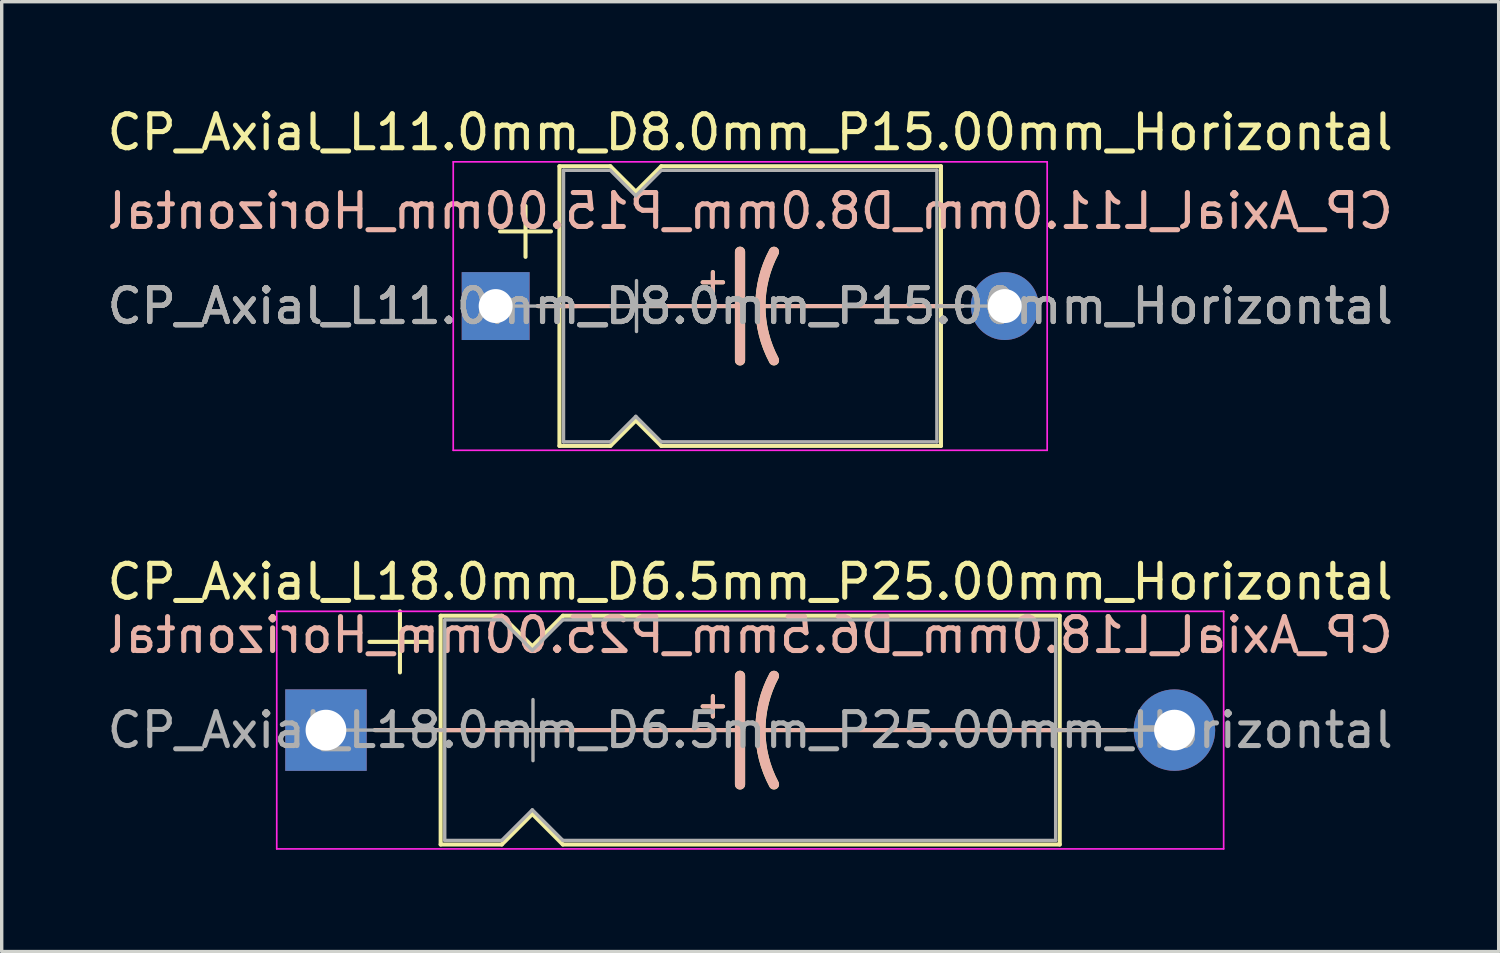
<source format=kicad_pcb>
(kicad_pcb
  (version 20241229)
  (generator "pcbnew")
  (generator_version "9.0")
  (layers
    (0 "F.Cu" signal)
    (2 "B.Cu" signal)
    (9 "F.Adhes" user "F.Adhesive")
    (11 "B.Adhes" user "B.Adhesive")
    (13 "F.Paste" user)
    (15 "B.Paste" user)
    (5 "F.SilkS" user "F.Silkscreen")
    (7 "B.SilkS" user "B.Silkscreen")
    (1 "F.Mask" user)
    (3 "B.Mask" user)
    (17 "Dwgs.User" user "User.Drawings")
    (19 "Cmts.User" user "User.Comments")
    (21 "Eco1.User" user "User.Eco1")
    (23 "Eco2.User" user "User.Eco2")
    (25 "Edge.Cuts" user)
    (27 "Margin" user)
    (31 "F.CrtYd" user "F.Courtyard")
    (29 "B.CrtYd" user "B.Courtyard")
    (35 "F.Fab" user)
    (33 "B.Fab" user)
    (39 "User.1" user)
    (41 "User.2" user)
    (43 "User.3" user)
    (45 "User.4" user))
  (footprint "CP_Axial_L11.0mm_D8.0mm_P15.00mm_Horizontal"
    (layer "F.Cu")
    (at 11.554 5.968)
    (property "Reference" "CP_Axial_L11.0mm_D8.0mm_P15.00mm_Horizontal" (at 7.5 -5.12 0) (layer "F.SilkS") (effects (font (size 1 1) (thickness 0.15))))
    (fp_line (start 0.13 -2.2) (end 1.63 -2.2) (stroke (width 0.12) (type solid)) (layer "F.SilkS"))
    (fp_line (start 0.88 -2.95) (end 0.88 -1.45) (stroke (width 0.12) (type solid)) (layer "F.SilkS"))
    (fp_line (start 1.24 0) (end 1.88 0) (stroke (width 0.12) (type solid)) (layer "F.SilkS"))
    (fp_line (start 1.88 -4.12) (end 1.88 4.12) (stroke (width 0.12) (type solid)) (layer "F.SilkS"))
    (fp_line (start 1.88 -4.12) (end 3.38 -4.12) (stroke (width 0.12) (type solid)) (layer "F.SilkS"))
    (fp_line (start 1.88 0) (end 7.2 0) (stroke (width 0.12) (type solid)) (layer "F.SilkS"))
    (fp_line (start 1.88 4.12) (end 3.38 4.12) (stroke (width 0.12) (type solid)) (layer "F.SilkS"))
    (fp_line (start 3.38 -4.12) (end 4.13 -3.37) (stroke (width 0.12) (type solid)) (layer "F.SilkS"))
    (fp_line (start 3.38 4.12) (end 4.13 3.37) (stroke (width 0.12) (type solid)) (layer "F.SilkS"))
    (fp_line (start 4.13 -3.37) (end 4.88 -4.12) (stroke (width 0.12) (type solid)) (layer "F.SilkS"))
    (fp_line (start 4.13 3.37) (end 4.88 4.12) (stroke (width 0.12) (type solid)) (layer "F.SilkS"))
    (fp_line (start 4.88 -4.12) (end 13.12 -4.12) (stroke (width 0.12) (type solid)) (layer "F.SilkS"))
    (fp_line (start 4.88 4.12) (end 13.12 4.12) (stroke (width 0.12) (type solid)) (layer "F.SilkS"))
    (fp_line (start 6.1 -0.7) (end 6.7 -0.7) (stroke (width 0.12) (type solid)) (layer "F.SilkS"))
    (fp_line (start 6.4 -1) (end 6.4 -0.4) (stroke (width 0.12) (type solid)) (layer "F.SilkS"))
    (fp_line (start 7.2 0) (end 7.2 -1.6) (stroke (width 0.3) (type solid)) (layer "F.SilkS"))
    (fp_line (start 7.2 0) (end 7.2 1.6) (stroke (width 0.3) (type solid)) (layer "F.SilkS"))
    (fp_line (start 13.12 -4.12) (end 13.12 4.12) (stroke (width 0.12) (type solid)) (layer "F.SilkS"))
    (fp_line (start 13.12 0) (end 7.8 0) (stroke (width 0.12) (type solid)) (layer "F.SilkS"))
    (fp_line (start 13.76 0) (end 13.12 0) (stroke (width 0.12) (type solid)) (layer "F.SilkS"))
    (fp_arc (start 7.8 0) (mid 7.901652 -0.822725) (end 8.2 -1.596157) (stroke (width 0.3) (type solid)) (layer "F.SilkS"))
    (fp_arc (start 8.2 1.6) (mid 7.900523 0.82487) (end 7.8 0) (stroke (width 0.3) (type solid)) (layer "F.SilkS"))
    (fp_line (start 1.25 0) (end 2.38 0) (stroke (width 0.12) (type solid)) (layer "B.SilkS"))
    (fp_line (start 1.88 0) (end 7.2 0) (stroke (width 0.12) (type solid)) (layer "B.SilkS"))
    (fp_line (start 6.1 -0.7) (end 6.7 -0.7) (stroke (width 0.12) (type solid)) (layer "B.SilkS"))
    (fp_line (start 6.4 -0.4) (end 6.4 -1) (stroke (width 0.12) (type solid)) (layer "B.SilkS"))
    (fp_line (start 7.2 0) (end 7.2 -1.6) (stroke (width 0.3) (type solid)) (layer "B.SilkS"))
    (fp_line (start 7.2 0) (end 7.2 1.6) (stroke (width 0.3) (type solid)) (layer "B.SilkS"))
    (fp_line (start 13.12 0) (end 7.8 0) (stroke (width 0.12) (type solid)) (layer "B.SilkS"))
    (fp_line (start 13.75 0) (end 12.62 0) (stroke (width 0.12) (type solid)) (layer "B.SilkS"))
    (fp_arc (start 7.8 0) (mid 7.900512 -0.824873) (end 8.2 -1.6) (stroke (width 0.3) (type solid)) (layer "B.SilkS"))
    (fp_arc (start 8.2 1.596157) (mid 7.901652 0.822725) (end 7.8 0) (stroke (width 0.3) (type solid)) (layer "B.SilkS"))
    (fp_line (start -1.25 -4.25) (end -1.25 4.25) (stroke (width 0.05) (type solid)) (layer "F.CrtYd"))
    (fp_line (start -1.25 4.25) (end 16.25 4.25) (stroke (width 0.05) (type solid)) (layer "F.CrtYd"))
    (fp_line (start 16.25 -4.25) (end -1.25 -4.25) (stroke (width 0.05) (type solid)) (layer "F.CrtYd"))
    (fp_line (start 16.25 4.25) (end 16.25 -4.25) (stroke (width 0.05) (type solid)) (layer "F.CrtYd"))
    (fp_line (start 0 0) (end 2 0) (stroke (width 0.1) (type solid)) (layer "F.Fab"))
    (fp_line (start 2 -4) (end 2 4) (stroke (width 0.1) (type solid)) (layer "F.Fab"))
    (fp_line (start 2 -4) (end 3.38 -4) (stroke (width 0.1) (type solid)) (layer "F.Fab"))
    (fp_line (start 2 4) (end 3.38 4) (stroke (width 0.1) (type solid)) (layer "F.Fab"))
    (fp_line (start 3.38 -4) (end 4.13 -3.25) (stroke (width 0.1) (type solid)) (layer "F.Fab"))
    (fp_line (start 3.38 4) (end 4.13 3.25) (stroke (width 0.1) (type solid)) (layer "F.Fab"))
    (fp_line (start 3.4 0) (end 4.9 0) (stroke (width 0.1) (type solid)) (layer "F.Fab"))
    (fp_line (start 4.13 -3.25) (end 4.88 -4) (stroke (width 0.1) (type solid)) (layer "F.Fab"))
    (fp_line (start 4.13 3.25) (end 4.88 4) (stroke (width 0.1) (type solid)) (layer "F.Fab"))
    (fp_line (start 4.15 -0.75) (end 4.15 0.75) (stroke (width 0.1) (type solid)) (layer "F.Fab"))
    (fp_line (start 4.88 -4) (end 13 -4) (stroke (width 0.1) (type solid)) (layer "F.Fab"))
    (fp_line (start 4.88 4) (end 13 4) (stroke (width 0.1) (type solid)) (layer "F.Fab"))
    (fp_line (start 13 -4) (end 13 4) (stroke (width 0.1) (type solid)) (layer "F.Fab"))
    (fp_line (start 15 0) (end 13 0) (stroke (width 0.1) (type solid)) (layer "F.Fab"))
    (fp_text user "${REFERENCE}" (at 7.5 -2.8 0) (layer "B.SilkS") (effects (font (size 1 1) (thickness 0.15)) (justify mirror)))
    (fp_text user "${REFERENCE}" (at 7.5 0 0) (layer "F.Fab") (effects (font (size 1 1) (thickness 0.15))))
    (fp_text user "${REFERENCE}" (at 7.5 0 0) (layer "F.Fab") (effects (font (size 1 1) (thickness 0.15))))
    (fp_text user "${REFERENCE}" (at 7.5 0 0) (layer "F.Fab") (effects (font (size 1 1) (thickness 0.15))))
    (pad "1" thru_hole rect (at 0 0) (size 2 2) (drill 1) (layers "*.Cu" "*.Mask"))
    (pad "2" thru_hole oval (at 15 0) (size 2 2) (drill 1) (layers "*.Cu" "*.Mask")))
  (footprint "CP_Axial_L18.0mm_D6.5mm_P25.00mm_Horizontal"
    (layer "F.Cu")
    (at 6.554 18.462)
    (property "Reference" "CP_Axial_L18.0mm_D6.5mm_P25.00mm_Horizontal" (at 12.5 -4.37 0) (layer "F.SilkS") (effects (font (size 1 1) (thickness 0.15))))
    (fp_line (start 1.28 -2.6) (end 3.08 -2.6) (stroke (width 0.12) (type solid)) (layer "F.SilkS"))
    (fp_line (start 1.44 0) (end 3.38 0) (stroke (width 0.12) (type solid)) (layer "F.SilkS"))
    (fp_line (start 2.18 -3.5) (end 2.18 -1.7) (stroke (width 0.12) (type solid)) (layer "F.SilkS"))
    (fp_line (start 3.38 -3.37) (end 3.38 3.37) (stroke (width 0.12) (type solid)) (layer "F.SilkS"))
    (fp_line (start 3.38 -3.37) (end 5.18 -3.37) (stroke (width 0.12) (type solid)) (layer "F.SilkS"))
    (fp_line (start 3.38 0) (end 12.2 0) (stroke (width 0.12) (type solid)) (layer "F.SilkS"))
    (fp_line (start 3.38 3.37) (end 5.18 3.37) (stroke (width 0.12) (type solid)) (layer "F.SilkS"))
    (fp_line (start 5.18 -3.37) (end 6.08 -2.47) (stroke (width 0.12) (type solid)) (layer "F.SilkS"))
    (fp_line (start 5.18 3.37) (end 6.08 2.47) (stroke (width 0.12) (type solid)) (layer "F.SilkS"))
    (fp_line (start 6.08 -2.47) (end 6.98 -3.37) (stroke (width 0.12) (type solid)) (layer "F.SilkS"))
    (fp_line (start 6.08 2.47) (end 6.98 3.37) (stroke (width 0.12) (type solid)) (layer "F.SilkS"))
    (fp_line (start 6.98 -3.37) (end 21.62 -3.37) (stroke (width 0.12) (type solid)) (layer "F.SilkS"))
    (fp_line (start 6.98 3.37) (end 21.62 3.37) (stroke (width 0.12) (type solid)) (layer "F.SilkS"))
    (fp_line (start 11.1 -0.7) (end 11.7 -0.7) (stroke (width 0.12) (type solid)) (layer "F.SilkS"))
    (fp_line (start 11.4 -1) (end 11.4 -0.4) (stroke (width 0.12) (type solid)) (layer "F.SilkS"))
    (fp_line (start 12.2 0) (end 12.2 -1.6) (stroke (width 0.3) (type solid)) (layer "F.SilkS"))
    (fp_line (start 12.2 0) (end 12.2 1.6) (stroke (width 0.3) (type solid)) (layer "F.SilkS"))
    (fp_line (start 21.62 -3.37) (end 21.62 3.37) (stroke (width 0.12) (type solid)) (layer "F.SilkS"))
    (fp_line (start 21.62 0) (end 12.8 0) (stroke (width 0.12) (type solid)) (layer "F.SilkS"))
    (fp_line (start 23.56 0) (end 21.62 0) (stroke (width 0.12) (type solid)) (layer "F.SilkS"))
    (fp_arc (start 12.8 0) (mid 12.901652 -0.822725) (end 13.2 -1.596157) (stroke (width 0.3) (type solid)) (layer "F.SilkS"))
    (fp_arc (start 13.2 1.6) (mid 12.900523 0.82487) (end 12.8 0) (stroke (width 0.3) (type solid)) (layer "F.SilkS"))
    (fp_line (start 1.45 0) (end 7.38 0) (stroke (width 0.12) (type solid)) (layer "B.SilkS"))
    (fp_line (start 3.38 0) (end 12.2 0) (stroke (width 0.12) (type solid)) (layer "B.SilkS"))
    (fp_line (start 11.1 -0.7) (end 11.7 -0.7) (stroke (width 0.12) (type solid)) (layer "B.SilkS"))
    (fp_line (start 11.4 -0.4) (end 11.4 -1) (stroke (width 0.12) (type solid)) (layer "B.SilkS"))
    (fp_line (start 12.2 0) (end 12.2 -1.6) (stroke (width 0.3) (type solid)) (layer "B.SilkS"))
    (fp_line (start 12.2 0) (end 12.2 1.6) (stroke (width 0.3) (type solid)) (layer "B.SilkS"))
    (fp_line (start 21.62 0) (end 12.8 0) (stroke (width 0.12) (type solid)) (layer "B.SilkS"))
    (fp_line (start 23.55 0) (end 17.62 0) (stroke (width 0.12) (type solid)) (layer "B.SilkS"))
    (fp_arc (start 12.8 0) (mid 12.900523 -0.824869) (end 13.2 -1.6) (stroke (width 0.3) (type solid)) (layer "B.SilkS"))
    (fp_arc (start 13.2 1.596157) (mid 12.901652 0.822725) (end 12.8 0) (stroke (width 0.3) (type solid)) (layer "B.SilkS"))
    (fp_line (start -1.45 -3.5) (end -1.45 3.5) (stroke (width 0.05) (type solid)) (layer "F.CrtYd"))
    (fp_line (start -1.45 3.5) (end 26.45 3.5) (stroke (width 0.05) (type solid)) (layer "F.CrtYd"))
    (fp_line (start 26.45 -3.5) (end -1.45 -3.5) (stroke (width 0.05) (type solid)) (layer "F.CrtYd"))
    (fp_line (start 26.45 3.5) (end 26.45 -3.5) (stroke (width 0.05) (type solid)) (layer "F.CrtYd"))
    (fp_line (start 0 0) (end 3.5 0) (stroke (width 0.1) (type solid)) (layer "F.Fab"))
    (fp_line (start 3.5 -3.25) (end 3.5 3.25) (stroke (width 0.1) (type solid)) (layer "F.Fab"))
    (fp_line (start 3.5 -3.25) (end 5.18 -3.25) (stroke (width 0.1) (type solid)) (layer "F.Fab"))
    (fp_line (start 3.5 3.25) (end 5.18 3.25) (stroke (width 0.1) (type solid)) (layer "F.Fab"))
    (fp_line (start 5.18 -3.25) (end 6.08 -2.35) (stroke (width 0.1) (type solid)) (layer "F.Fab"))
    (fp_line (start 5.18 3.25) (end 6.08 2.35) (stroke (width 0.1) (type solid)) (layer "F.Fab"))
    (fp_line (start 5.2 0) (end 7 0) (stroke (width 0.1) (type solid)) (layer "F.Fab"))
    (fp_line (start 6.08 -2.35) (end 6.98 -3.25) (stroke (width 0.1) (type solid)) (layer "F.Fab"))
    (fp_line (start 6.08 2.35) (end 6.98 3.25) (stroke (width 0.1) (type solid)) (layer "F.Fab"))
    (fp_line (start 6.1 -0.9) (end 6.1 0.9) (stroke (width 0.1) (type solid)) (layer "F.Fab"))
    (fp_line (start 6.98 -3.25) (end 21.5 -3.25) (stroke (width 0.1) (type solid)) (layer "F.Fab"))
    (fp_line (start 6.98 3.25) (end 21.5 3.25) (stroke (width 0.1) (type solid)) (layer "F.Fab"))
    (fp_line (start 21.5 -3.25) (end 21.5 3.25) (stroke (width 0.1) (type solid)) (layer "F.Fab"))
    (fp_line (start 25 0) (end 21.5 0) (stroke (width 0.1) (type solid)) (layer "F.Fab"))
    (fp_text user "${REFERENCE}" (at 12.5 -2.8 0) (layer "B.SilkS") (effects (font (size 1 1) (thickness 0.15)) (justify mirror)))
    (fp_text user "${REFERENCE}" (at 12.5 0 0) (layer "F.Fab") (effects (font (size 1 1) (thickness 0.15))))
    (pad "1" thru_hole rect (at 0 0) (size 2.4 2.4) (drill 1.2) (layers "*.Cu" "*.Mask"))
    (pad "2" thru_hole oval (at 25 0) (size 2.4 2.4) (drill 1.2) (layers "*.Cu" "*.Mask")))
  (gr_rect
    (start -3 -3)
    (end 41.107 24.986)
    (stroke (width 0.1) (type default))
    (fill no)
    (layer "Edge.Cuts")))
</source>
